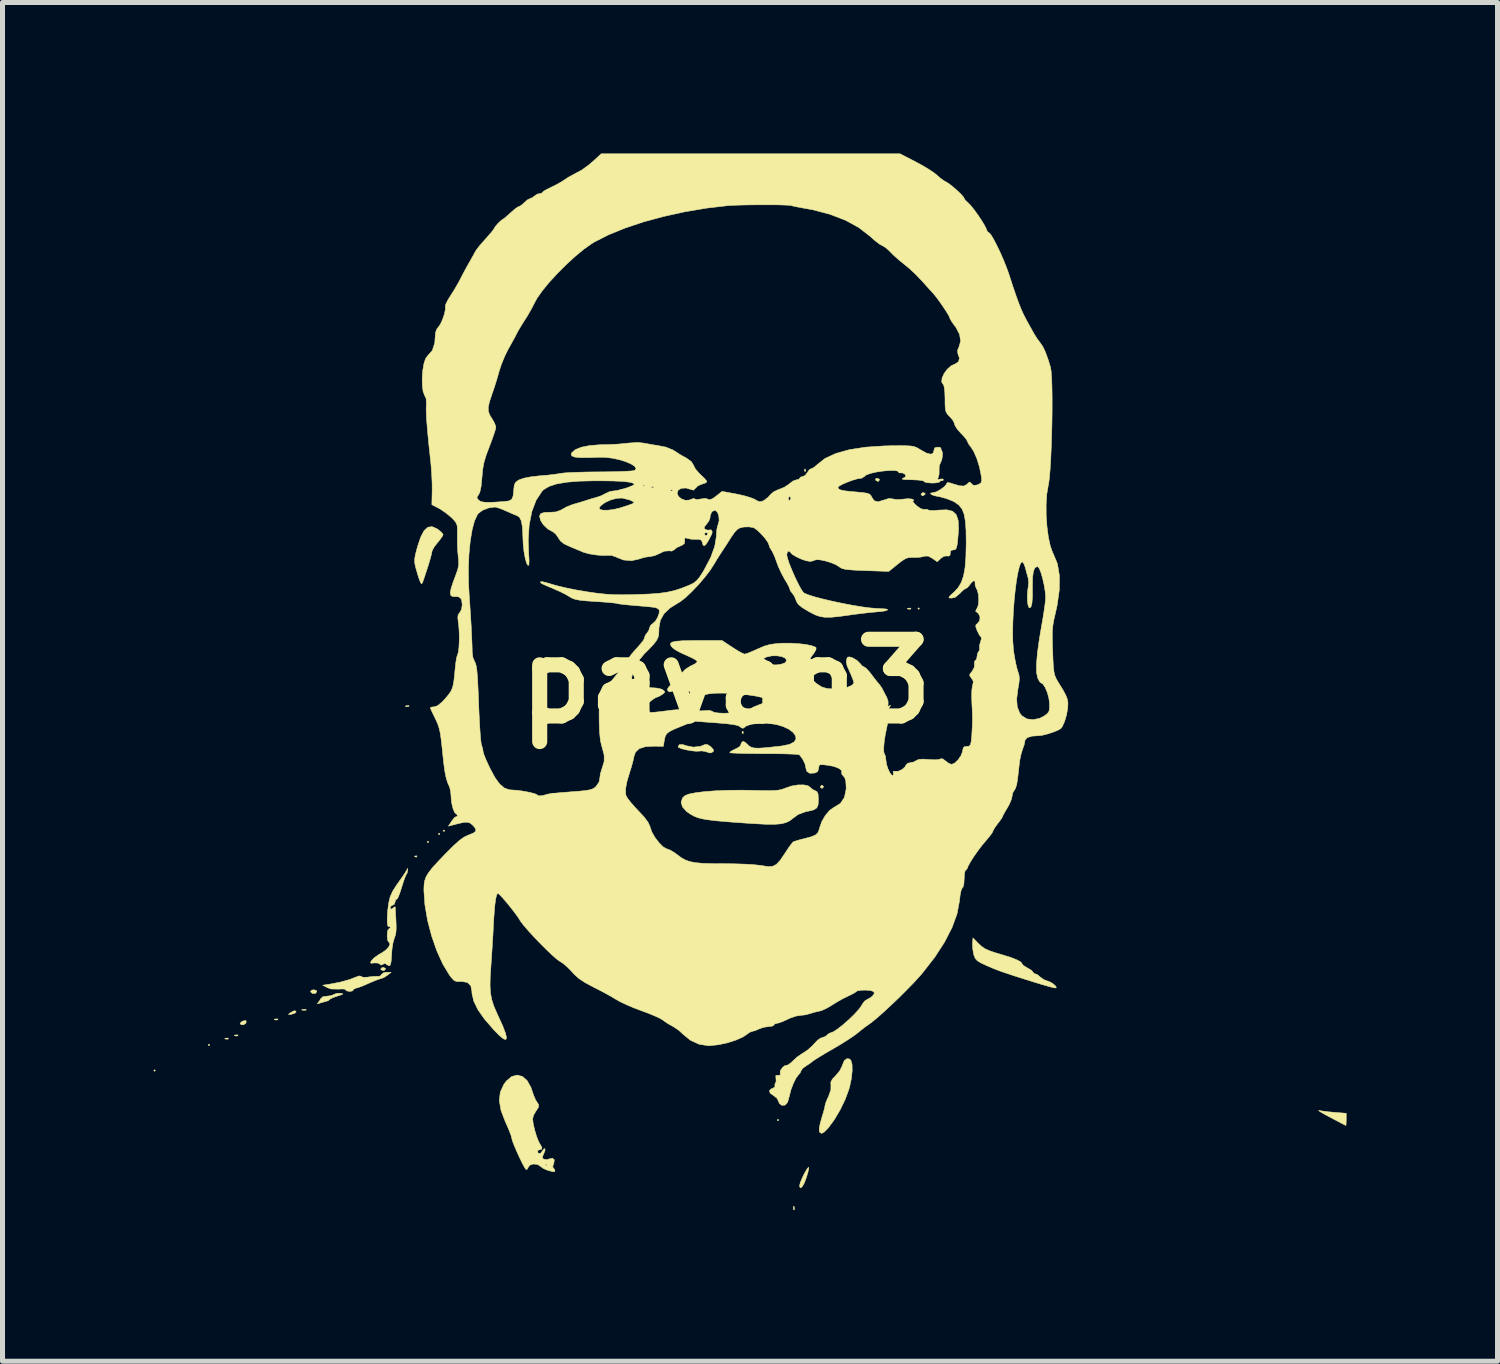
<source format=kicad_pcb>
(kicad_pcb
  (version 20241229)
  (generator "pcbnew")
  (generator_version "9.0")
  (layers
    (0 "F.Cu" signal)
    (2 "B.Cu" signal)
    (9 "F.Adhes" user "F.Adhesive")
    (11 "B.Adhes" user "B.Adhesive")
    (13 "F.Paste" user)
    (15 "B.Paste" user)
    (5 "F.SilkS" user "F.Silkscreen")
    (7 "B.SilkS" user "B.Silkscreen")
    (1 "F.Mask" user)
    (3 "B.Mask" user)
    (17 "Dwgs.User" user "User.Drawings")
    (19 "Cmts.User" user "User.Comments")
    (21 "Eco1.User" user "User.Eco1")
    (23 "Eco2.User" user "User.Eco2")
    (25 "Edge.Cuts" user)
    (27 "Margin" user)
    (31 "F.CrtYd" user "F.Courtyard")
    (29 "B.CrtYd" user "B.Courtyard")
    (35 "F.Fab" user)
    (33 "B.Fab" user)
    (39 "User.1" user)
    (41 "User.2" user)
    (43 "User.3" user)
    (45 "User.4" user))
  (footprint "pavan3"
    (layer "F.Cu")
    (at 11.371 10.482)
    (property "Reference" "pavan3" (at 0 0 0) (layer "F.SilkS") (effects (font (size 1.524 1.524) (thickness 0.3))))
    (attr through_hole)
    (fp_poly (pts (xy -11.335 7.731) (xy -11.351 7.747) (xy -11.367 7.731) (xy -11.351 7.715) (xy -11.335 7.731)) (stroke (width 0.01) (type solid)) (fill yes) (layer "F.SilkS"))
    (fp_poly (pts (xy -10.255 7.223) (xy -10.271 7.239) (xy -10.287 7.223) (xy -10.271 7.207) (xy -10.255 7.223)) (stroke (width 0.01) (type solid)) (fill yes) (layer "F.SilkS"))
    (fp_poly (pts (xy -5.905 3.191) (xy -5.921 3.207) (xy -5.937 3.191) (xy -5.921 3.175) (xy -5.905 3.191)) (stroke (width 0.01) (type solid)) (fill yes) (layer "F.SilkS"))
    (fp_poly (pts (xy -5.683 3.032) (xy -5.699 3.048) (xy -5.715 3.032) (xy -5.699 3.016) (xy -5.683 3.032)) (stroke (width 0.01) (type solid)) (fill yes) (layer "F.SilkS"))
    (fp_poly (pts (xy -5.588 2.969) (xy -5.604 2.985) (xy -5.62 2.969) (xy -5.604 2.953) (xy -5.588 2.969)) (stroke (width 0.01) (type solid)) (fill yes) (layer "F.SilkS"))
    (fp_poly (pts (xy 1.048 8.715) (xy 1.032 8.731) (xy 1.016 8.715) (xy 1.032 8.7) (xy 1.048 8.715)) (stroke (width 0.01) (type solid)) (fill yes) (layer "F.SilkS"))
    (fp_poly (pts (xy 3.842 -1.445) (xy 3.826 -1.429) (xy 3.81 -1.445) (xy 3.826 -1.46) (xy 3.842 -1.445)) (stroke (width 0.01) (type solid)) (fill yes) (layer "F.SilkS"))
    (fp_poly (pts (xy -9.883 7.093) (xy -9.892 7.107) (xy -9.925 7.109) (xy -9.958 7.102) (xy -9.944 7.09) (xy -9.894 7.087) (xy -9.883 7.093)) (stroke (width 0.01) (type solid)) (fill yes) (layer "F.SilkS"))
    (fp_poly (pts (xy -9.692 7.029) (xy -9.702 7.044) (xy -9.734 7.046) (xy -9.768 7.038) (xy -9.753 7.027) (xy -9.704 7.023) (xy -9.692 7.029)) (stroke (width 0.01) (type solid)) (fill yes) (layer "F.SilkS"))
    (fp_poly (pts (xy -8.899 6.712) (xy -8.908 6.726) (xy -8.94 6.728) (xy -8.974 6.721) (xy -8.959 6.709) (xy -8.91 6.706) (xy -8.899 6.712)) (stroke (width 0.01) (type solid)) (fill yes) (layer "F.SilkS"))
    (fp_poly (pts (xy -8.342 6.519) (xy -8.338 6.531) (xy -8.382 6.535) (xy -8.427 6.53) (xy -8.422 6.519) (xy -8.357 6.515) (xy -8.342 6.519)) (stroke (width 0.01) (type solid)) (fill yes) (layer "F.SilkS"))
    (fp_poly (pts (xy -6.295 0.489) (xy -6.305 0.503) (xy -6.337 0.505) (xy -6.371 0.498) (xy -6.356 0.486) (xy -6.306 0.483) (xy -6.295 0.489)) (stroke (width 0.01) (type solid)) (fill yes) (layer "F.SilkS"))
    (fp_poly (pts (xy -6.138 3.471) (xy -6.143 3.49) (xy -6.16 3.493) (xy -6.186 3.481) (xy -6.181 3.471) (xy -6.143 3.468) (xy -6.138 3.471)) (stroke (width 0.01) (type solid)) (fill yes) (layer "F.SilkS"))
    (fp_poly (pts (xy 0.339 0.995) (xy 0.342 1.033) (xy 0.339 1.037) (xy 0.32 1.033) (xy 0.318 1.016) (xy 0.329 0.99) (xy 0.339 0.995)) (stroke (width 0.01) (type solid)) (fill yes) (layer "F.SilkS"))
    (fp_poly (pts (xy 1.355 10.44) (xy 1.359 10.489) (xy 1.353 10.501) (xy 1.338 10.491) (xy 1.336 10.459) (xy 1.344 10.425) (xy 1.355 10.44)) (stroke (width 0.01) (type solid)) (fill yes) (layer "F.SilkS"))
    (fp_poly (pts (xy 1.577 -4.212) (xy 1.581 -4.174) (xy 1.577 -4.17) (xy 1.558 -4.174) (xy 1.556 -4.191) (xy 1.567 -4.217) (xy 1.577 -4.212)) (stroke (width 0.01) (type solid)) (fill yes) (layer "F.SilkS"))
    (fp_poly (pts (xy 3.674 -1.448) (xy 3.665 -1.434) (xy 3.633 -1.431) (xy 3.599 -1.439) (xy 3.614 -1.45) (xy 3.663 -1.454) (xy 3.674 -1.448)) (stroke (width 0.01) (type solid)) (fill yes) (layer "F.SilkS"))
    (fp_poly (pts (xy -8.545 6.551) (xy -8.541 6.569) (xy -8.568 6.594) (xy -8.627 6.613) (xy -8.685 6.622) (xy -8.687 6.611) (xy -8.653 6.585) (xy -8.582 6.545) (xy -8.545 6.551)) (stroke (width 0.01) (type solid)) (fill yes) (layer "F.SilkS"))
    (fp_poly (pts (xy -8.14 6.14) (xy -8.128 6.158) (xy -8.152 6.2) (xy -8.211 6.202) (xy -8.215 6.2) (xy -8.253 6.169) (xy -8.238 6.138) (xy -8.191 6.128) (xy -8.14 6.14)) (stroke (width 0.01) (type solid)) (fill yes) (layer "F.SilkS"))
    (fp_poly (pts (xy -6.768 5.7) (xy -6.763 5.715) (xy -6.788 5.743) (xy -6.81 5.747) (xy -6.853 5.73) (xy -6.858 5.715) (xy -6.832 5.687) (xy -6.81 5.683) (xy -6.768 5.7)) (stroke (width 0.01) (type solid)) (fill yes) (layer "F.SilkS"))
    (fp_poly (pts (xy 1.936 2.088) (xy 1.937 2.095) (xy 1.913 2.126) (xy 1.905 2.127) (xy 1.874 2.103) (xy 1.873 2.095) (xy 1.897 2.065) (xy 1.905 2.064) (xy 1.936 2.088)) (stroke (width 0.01) (type solid)) (fill yes) (layer "F.SilkS"))
    (fp_poly (pts (xy 3.042 -4.016) (xy 3.048 -4) (xy 3.025 -3.97) (xy 3.018 -3.969) (xy 2.975 -3.992) (xy 2.969 -4) (xy 2.976 -4.028) (xy 2.999 -4.032) (xy 3.042 -4.016)) (stroke (width 0.01) (type solid)) (fill yes) (layer "F.SilkS"))
    (fp_poly (pts (xy 3.956 -3.731) (xy 3.953 -3.715) (xy 3.912 -3.684) (xy 3.903 -3.683) (xy 3.874 -3.707) (xy 3.873 -3.715) (xy 3.899 -3.743) (xy 3.923 -3.747) (xy 3.956 -3.731)) (stroke (width 0.01) (type solid)) (fill yes) (layer "F.SilkS"))
    (fp_poly (pts (xy -9.535 6.743) (xy -9.533 6.744) (xy -9.533 6.78) (xy -9.54 6.792) (xy -9.579 6.821) (xy -9.627 6.824) (xy -9.652 6.799) (xy -9.652 6.798) (xy -9.627 6.765) (xy -9.576 6.742) (xy -9.535 6.743)) (stroke (width 0.01) (type solid)) (fill yes) (layer "F.SilkS"))
    (fp_poly (pts (xy 1.644 9.676) (xy 1.626 9.757) (xy 1.59 9.873) (xy 1.551 9.973) (xy 1.512 10.039) (xy 1.481 10.064) (xy 1.463 10.041) (xy 1.462 10.012) (xy 1.477 9.954) (xy 1.515 9.862) (xy 1.556 9.779) (xy 1.609 9.687) (xy 1.638 9.653) (xy 1.644 9.676)) (stroke (width 0.01) (type solid)) (fill yes) (layer "F.SilkS"))
    (fp_poly (pts (xy 11.85 8.537) (xy 11.961 8.551) (xy 12.088 8.563) (xy 12.089 8.563) (xy 12.319 8.581) (xy 12.319 8.704) (xy 12.317 8.781) (xy 12.313 8.821) (xy 12.311 8.823) (xy 12.281 8.808) (xy 12.208 8.77) (xy 12.101 8.714) (xy 12.002 8.662) (xy 11.888 8.601) (xy 11.809 8.554) (xy 11.771 8.528) (xy 11.779 8.524) (xy 11.85 8.537)) (stroke (width 0.01) (type solid)) (fill yes) (layer "F.SilkS"))
    (fp_poly (pts (xy -7.616 6.205) (xy -7.615 6.216) (xy -7.666 6.236) (xy -7.723 6.254) (xy -7.81 6.284) (xy -7.864 6.311) (xy -7.874 6.321) (xy -7.901 6.344) (xy -7.945 6.358) (xy -8.034 6.382) (xy -8.08 6.397) (xy -8.117 6.405) (xy -8.11 6.393) (xy -8.07 6.341) (xy -8.055 6.31) (xy -8.008 6.266) (xy -7.929 6.255) (xy -7.846 6.245) (xy -7.79 6.222) (xy -7.789 6.221) (xy -7.735 6.199) (xy -7.664 6.197) (xy -7.616 6.205)) (stroke (width 0.01) (type solid)) (fill yes) (layer "F.SilkS"))
    (fp_poly (pts (xy -0.366 1.258) (xy -0.302 1.301) (xy -0.299 1.304) (xy -0.25 1.36) (xy -0.252 1.394) (xy -0.262 1.402) (xy -0.301 1.423) (xy -0.341 1.419) (xy -0.397 1.398) (xy -0.481 1.383) (xy -0.529 1.387) (xy -0.595 1.39) (xy -0.689 1.38) (xy -0.791 1.362) (xy -0.881 1.339) (xy -0.94 1.315) (xy -0.953 1.301) (xy -0.928 1.259) (xy -0.86 1.257) (xy -0.782 1.282) (xy -0.652 1.308) (xy -0.512 1.294) (xy -0.414 1.255) (xy -0.366 1.258)) (stroke (width 0.01) (type solid)) (fill yes) (layer "F.SilkS"))
    (fp_poly (pts (xy -5.742 -3.03) (xy -5.718 -3.013) (xy -5.654 -2.96) (xy -5.621 -2.918) (xy -5.62 -2.912) (xy -5.639 -2.874) (xy -5.688 -2.806) (xy -5.731 -2.754) (xy -5.794 -2.672) (xy -5.834 -2.602) (xy -5.842 -2.574) (xy -5.851 -2.524) (xy -5.877 -2.43) (xy -5.913 -2.307) (xy -5.957 -2.171) (xy -6.002 -2.036) (xy -6.031 -1.954) (xy -6.047 -1.935) (xy -6.069 -1.962) (xy -6.099 -2.042) (xy -6.123 -2.117) (xy -6.161 -2.248) (xy -6.182 -2.342) (xy -6.185 -2.422) (xy -6.171 -2.512) (xy -6.139 -2.633) (xy -6.129 -2.672) (xy -6.066 -2.861) (xy -5.999 -2.99) (xy -5.924 -3.059) (xy -5.839 -3.072) (xy -5.742 -3.03)) (stroke (width 0.01) (type solid)) (fill yes) (layer "F.SilkS"))
    (fp_poly (pts (xy 2.454 7.502) (xy 2.48 7.53) (xy 2.503 7.609) (xy 2.506 7.732) (xy 2.491 7.883) (xy 2.457 8.045) (xy 2.44 8.107) (xy 2.368 8.302) (xy 2.268 8.51) (xy 2.153 8.705) (xy 2.036 8.864) (xy 2.026 8.876) (xy 1.95 8.954) (xy 1.898 8.981) (xy 1.864 8.961) (xy 1.852 8.936) (xy 1.852 8.883) (xy 1.869 8.789) (xy 1.9 8.676) (xy 1.901 8.673) (xy 1.935 8.561) (xy 1.959 8.47) (xy 1.968 8.42) (xy 1.968 8.42) (xy 1.982 8.369) (xy 2.016 8.287) (xy 2.035 8.249) (xy 2.082 8.118) (xy 2.084 8.029) (xy 2.081 7.964) (xy 2.111 7.904) (xy 2.179 7.833) (xy 2.26 7.735) (xy 2.31 7.634) (xy 2.314 7.618) (xy 2.348 7.537) (xy 2.4 7.496) (xy 2.454 7.502)) (stroke (width 0.01) (type solid)) (fill yes) (layer "F.SilkS"))
    (fp_poly (pts (xy -6.652 5.78) (xy -6.731 5.842) (xy -6.799 5.886) (xy -6.851 5.905) (xy -6.898 5.918) (xy -6.985 5.951) (xy -7.093 5.997) (xy -7.101 6.001) (xy -7.21 6.048) (xy -7.3 6.082) (xy -7.353 6.096) (xy -7.355 6.096) (xy -7.394 6.115) (xy -7.398 6.128) (xy -7.425 6.152) (xy -7.477 6.16) (xy -7.537 6.149) (xy -7.556 6.128) (xy -7.585 6.112) (xy -7.66 6.112) (xy -7.691 6.115) (xy -7.845 6.112) (xy -7.918 6.085) (xy -8.01 6.037) (xy -7.886 6.019) (xy -7.663 5.976) (xy -7.472 5.923) (xy -7.369 5.882) (xy -7.289 5.853) (xy -7.25 5.859) (xy -7.248 5.862) (xy -7.21 5.88) (xy -7.12 5.877) (xy -7.088 5.872) (xy -6.992 5.862) (xy -6.92 5.86) (xy -6.902 5.864) (xy -6.862 5.851) (xy -6.847 5.828) (xy -6.803 5.79) (xy -6.74 5.779) (xy -6.652 5.78)) (stroke (width 0.01) (type solid)) (fill yes) (layer "F.SilkS"))
    (fp_poly (pts (xy 5.016 5.212) (xy 5.078 5.268) (xy 5.144 5.313) (xy 5.231 5.352) (xy 5.352 5.393) (xy 5.493 5.435) (xy 5.658 5.486) (xy 5.781 5.535) (xy 5.855 5.576) (xy 5.874 5.602) (xy 5.9 5.639) (xy 5.965 5.682) (xy 5.985 5.693) (xy 6.056 5.734) (xy 6.094 5.771) (xy 6.096 5.778) (xy 6.121 5.807) (xy 6.139 5.81) (xy 6.191 5.832) (xy 6.237 5.872) (xy 6.311 5.926) (xy 6.382 5.953) (xy 6.445 5.977) (xy 6.504 6.015) (xy 6.547 6.055) (xy 6.561 6.085) (xy 6.537 6.093) (xy 6.491 6.083) (xy 6.397 6.058) (xy 6.272 6.022) (xy 6.144 5.983) (xy 5.901 5.907) (xy 5.709 5.846) (xy 5.556 5.795) (xy 5.432 5.752) (xy 5.326 5.711) (xy 5.228 5.67) (xy 5.17 5.645) (xy 5.056 5.591) (xy 4.988 5.548) (xy 4.949 5.502) (xy 4.924 5.44) (xy 4.919 5.423) (xy 4.9 5.314) (xy 4.895 5.21) (xy 4.896 5.198) (xy 4.905 5.098) (xy 5.016 5.212)) (stroke (width 0.01) (type solid)) (fill yes) (layer "F.SilkS"))
    (fp_poly (pts (xy 1.631 2.077) (xy 1.662 2.1) (xy 1.722 2.151) (xy 1.767 2.171) (xy 1.808 2.194) (xy 1.828 2.241) (xy 1.834 2.33) (xy 1.834 2.351) (xy 1.829 2.452) (xy 1.803 2.514) (xy 1.745 2.553) (xy 1.642 2.579) (xy 1.592 2.587) (xy 1.433 2.645) (xy 1.335 2.717) (xy 1.267 2.77) (xy 1.19 2.807) (xy 1.095 2.831) (xy 0.97 2.841) (xy 0.806 2.841) (xy 0.593 2.83) (xy 0.508 2.825) (xy 0.217 2.805) (xy -0.019 2.787) (xy -0.206 2.77) (xy -0.353 2.752) (xy -0.468 2.733) (xy -0.558 2.71) (xy -0.63 2.682) (xy -0.693 2.648) (xy -0.755 2.607) (xy -0.786 2.583) (xy -0.865 2.496) (xy -0.892 2.403) (xy -0.864 2.317) (xy -0.815 2.271) (xy -0.735 2.24) (xy -0.599 2.213) (xy -0.419 2.191) (xy -0.202 2.175) (xy 0.042 2.166) (xy 0.305 2.163) (xy 0.5 2.166) (xy 0.704 2.171) (xy 0.857 2.172) (xy 0.968 2.169) (xy 1.049 2.161) (xy 1.112 2.147) (xy 1.168 2.127) (xy 1.178 2.122) (xy 1.3 2.081) (xy 1.428 2.059) (xy 1.545 2.058) (xy 1.631 2.077)) (stroke (width 0.01) (type solid)) (fill yes) (layer "F.SilkS"))
    (fp_poly (pts (xy -6.321 3.747) (xy -6.321 3.748) (xy -6.335 3.811) (xy -6.346 3.827) (xy -6.368 3.871) (xy -6.4 3.958) (xy -6.437 4.073) (xy -6.446 4.103) (xy -6.482 4.214) (xy -6.515 4.295) (xy -6.54 4.331) (xy -6.545 4.331) (xy -6.566 4.343) (xy -6.572 4.38) (xy -6.592 4.433) (xy -6.62 4.445) (xy -6.661 4.471) (xy -6.668 4.497) (xy -6.659 4.53) (xy -6.624 4.512) (xy -6.62 4.508) (xy -6.581 4.481) (xy -6.571 4.481) (xy -6.56 4.674) (xy -6.553 4.815) (xy -6.552 4.917) (xy -6.557 4.99) (xy -6.568 5.045) (xy -6.586 5.096) (xy -6.588 5.101) (xy -6.615 5.195) (xy -6.635 5.322) (xy -6.643 5.434) (xy -6.652 5.566) (xy -6.671 5.638) (xy -6.688 5.652) (xy -6.74 5.628) (xy -6.748 5.618) (xy -6.783 5.603) (xy -6.81 5.62) (xy -6.854 5.637) (xy -6.875 5.618) (xy -6.919 5.596) (xy -6.989 5.595) (xy -7.051 5.601) (xy -7.061 5.583) (xy -7.038 5.543) (xy -6.985 5.49) (xy -6.899 5.429) (xy -6.85 5.402) (xy -6.763 5.344) (xy -6.702 5.28) (xy -6.675 5.223) (xy -6.691 5.185) (xy -6.7 5.181) (xy -6.72 5.147) (xy -6.73 5.079) (xy -6.728 5.002) (xy -6.717 4.941) (xy -6.699 4.921) (xy -6.669 4.897) (xy -6.668 4.888) (xy -6.687 4.869) (xy -6.699 4.874) (xy -6.718 4.859) (xy -6.729 4.794) (xy -6.729 4.691) (xy -6.721 4.563) (xy -6.703 4.421) (xy -6.7 4.403) (xy -6.672 4.283) (xy -6.623 4.172) (xy -6.543 4.046) (xy -6.514 4.006) (xy -6.44 3.902) (xy -6.38 3.813) (xy -6.345 3.755) (xy -6.341 3.747) (xy -6.326 3.716) (xy -6.321 3.747)) (stroke (width 0.01) (type solid)) (fill yes) (layer "F.SilkS"))
    (fp_poly (pts (xy -4.045 7.849) (xy -3.951 7.931) (xy -3.876 8.065) (xy -3.855 8.128) (xy -3.818 8.234) (xy -3.78 8.319) (xy -3.759 8.353) (xy -3.722 8.409) (xy -3.726 8.462) (xy -3.774 8.536) (xy -3.778 8.541) (xy -3.823 8.62) (xy -3.841 8.69) (xy -3.831 8.783) (xy -3.803 8.906) (xy -3.766 9.032) (xy -3.725 9.137) (xy -3.701 9.183) (xy -3.658 9.257) (xy -3.662 9.294) (xy -3.699 9.303) (xy -3.742 9.322) (xy -3.737 9.363) (xy -3.716 9.381) (xy -3.681 9.372) (xy -3.65 9.333) (xy -3.617 9.288) (xy -3.596 9.284) (xy -3.596 9.322) (xy -3.621 9.384) (xy -3.647 9.446) (xy -3.637 9.48) (xy -3.62 9.493) (xy -3.554 9.502) (xy -3.515 9.488) (xy -3.447 9.473) (xy -3.411 9.505) (xy -3.42 9.571) (xy -3.426 9.583) (xy -3.443 9.647) (xy -3.429 9.668) (xy -3.401 9.703) (xy -3.402 9.738) (xy -3.421 9.744) (xy -3.466 9.734) (xy -3.541 9.714) (xy -3.544 9.713) (xy -3.627 9.678) (xy -3.683 9.636) (xy -3.733 9.604) (xy -3.588 9.604) (xy -3.572 9.62) (xy -3.556 9.604) (xy -3.572 9.588) (xy -3.588 9.604) (xy -3.733 9.604) (xy -3.746 9.597) (xy -3.825 9.588) (xy -3.895 9.61) (xy -3.928 9.652) (xy -3.952 9.695) (xy -3.971 9.698) (xy -3.999 9.661) (xy -4.043 9.58) (xy -4.096 9.472) (xy -4.151 9.353) (xy -4.2 9.239) (xy -4.237 9.144) (xy -4.254 9.086) (xy -4.255 9.081) (xy -4.267 9.029) (xy -4.302 8.936) (xy -4.352 8.818) (xy -4.381 8.755) (xy -4.468 8.529) (xy -4.503 8.334) (xy -4.484 8.161) (xy -4.412 8.005) (xy -4.364 7.941) (xy -4.258 7.851) (xy -4.149 7.822) (xy -4.045 7.849)) (stroke (width 0.01) (type solid)) (fill yes) (layer "F.SilkS"))
    (fp_poly (pts (xy 3.768 -10.317) (xy 3.908 -10.241) (xy 4.037 -10.163) (xy 4.139 -10.094) (xy 4.183 -10.057) (xy 4.265 -9.987) (xy 4.343 -9.933) (xy 4.363 -9.923) (xy 4.424 -9.886) (xy 4.505 -9.823) (xy 4.591 -9.748) (xy 4.667 -9.675) (xy 4.718 -9.616) (xy 4.731 -9.59) (xy 4.754 -9.553) (xy 4.808 -9.504) (xy 4.858 -9.453) (xy 4.926 -9.368) (xy 5.002 -9.264) (xy 5.074 -9.156) (xy 5.133 -9.059) (xy 5.169 -8.988) (xy 5.175 -8.965) (xy 5.201 -8.923) (xy 5.223 -8.91) (xy 5.258 -8.873) (xy 5.31 -8.789) (xy 5.373 -8.669) (xy 5.442 -8.526) (xy 5.51 -8.372) (xy 5.571 -8.219) (xy 5.621 -8.08) (xy 5.699 -7.839) (xy 5.764 -7.649) (xy 5.819 -7.498) (xy 5.867 -7.378) (xy 5.914 -7.277) (xy 5.958 -7.191) (xy 6.021 -7.077) (xy 6.08 -6.971) (xy 6.116 -6.906) (xy 6.176 -6.81) (xy 6.24 -6.724) (xy 6.293 -6.647) (xy 6.344 -6.538) (xy 6.399 -6.387) (xy 6.445 -6.236) (xy 6.458 -6.155) (xy 6.468 -6.021) (xy 6.474 -5.844) (xy 6.477 -5.633) (xy 6.477 -5.398) (xy 6.474 -5.149) (xy 6.468 -4.897) (xy 6.46 -4.651) (xy 6.45 -4.421) (xy 6.438 -4.217) (xy 6.424 -4.049) (xy 6.408 -3.927) (xy 6.4 -3.889) (xy 6.371 -3.718) (xy 6.358 -3.515) (xy 6.359 -3.295) (xy 6.375 -3.073) (xy 6.402 -2.865) (xy 6.441 -2.686) (xy 6.489 -2.552) (xy 6.502 -2.529) (xy 6.582 -2.334) (xy 6.622 -2.096) (xy 6.62 -1.818) (xy 6.576 -1.505) (xy 6.534 -1.318) (xy 6.508 -1.205) (xy 6.491 -1.102) (xy 6.482 -0.992) (xy 6.481 -0.857) (xy 6.485 -0.682) (xy 6.488 -0.596) (xy 6.495 -0.414) (xy 6.503 -0.282) (xy 6.514 -0.188) (xy 6.53 -0.117) (xy 6.554 -0.059) (xy 6.588 0.002) (xy 6.611 0.039) (xy 6.696 0.178) (xy 6.75 0.279) (xy 6.78 0.358) (xy 6.791 0.431) (xy 6.788 0.513) (xy 6.787 0.528) (xy 6.764 0.665) (xy 6.726 0.795) (xy 6.68 0.898) (xy 6.652 0.937) (xy 6.595 0.971) (xy 6.499 1.01) (xy 6.388 1.046) (xy 6.284 1.072) (xy 6.219 1.08) (xy 6.075 1.09) (xy 5.979 1.121) (xy 5.938 1.171) (xy 5.937 1.182) (xy 5.924 1.254) (xy 5.893 1.342) (xy 5.892 1.345) (xy 5.863 1.435) (xy 5.837 1.554) (xy 5.828 1.619) (xy 5.812 1.759) (xy 5.795 1.907) (xy 5.789 1.96) (xy 5.771 2.061) (xy 5.744 2.138) (xy 5.727 2.162) (xy 5.693 2.22) (xy 5.683 2.278) (xy 5.667 2.35) (xy 5.625 2.447) (xy 5.588 2.513) (xy 5.536 2.6) (xy 5.502 2.664) (xy 5.493 2.687) (xy 5.475 2.721) (xy 5.429 2.785) (xy 5.397 2.826) (xy 5.341 2.903) (xy 5.307 2.961) (xy 5.302 2.978) (xy 5.282 3.016) (xy 5.231 3.085) (xy 5.164 3.164) (xy 5.082 3.262) (xy 4.996 3.376) (xy 4.915 3.492) (xy 4.849 3.597) (xy 4.806 3.677) (xy 4.794 3.713) (xy 4.771 3.745) (xy 4.763 3.747) (xy 4.745 3.775) (xy 4.733 3.849) (xy 4.731 3.918) (xy 4.724 4.025) (xy 4.707 4.09) (xy 4.694 4.103) (xy 4.673 4.139) (xy 4.653 4.226) (xy 4.638 4.349) (xy 4.636 4.367) (xy 4.589 4.618) (xy 4.489 4.892) (xy 4.34 5.182) (xy 4.146 5.481) (xy 3.91 5.784) (xy 3.862 5.841) (xy 3.742 5.973) (xy 3.598 6.121) (xy 3.442 6.277) (xy 3.282 6.43) (xy 3.129 6.572) (xy 2.993 6.692) (xy 2.883 6.781) (xy 2.828 6.82) (xy 2.756 6.871) (xy 2.664 6.944) (xy 2.615 6.984) (xy 2.536 7.044) (xy 2.417 7.123) (xy 2.274 7.213) (xy 2.124 7.301) (xy 2.123 7.302) (xy 1.984 7.382) (xy 1.864 7.454) (xy 1.773 7.511) (xy 1.724 7.544) (xy 1.721 7.547) (xy 1.666 7.59) (xy 1.589 7.64) (xy 1.586 7.642) (xy 1.523 7.689) (xy 1.493 7.731) (xy 1.492 7.734) (xy 1.47 7.783) (xy 1.444 7.811) (xy 1.392 7.878) (xy 1.338 7.986) (xy 1.289 8.114) (xy 1.257 8.24) (xy 1.255 8.249) (xy 1.223 8.362) (xy 1.174 8.418) (xy 1.105 8.422) (xy 1.058 8.384) (xy 1.042 8.341) (xy 1.008 8.278) (xy 0.945 8.23) (xy 0.876 8.18) (xy 0.862 8.131) (xy 0.903 8.093) (xy 0.924 8.086) (xy 0.969 8.061) (xy 0.971 8.037) (xy 0.971 7.996) (xy 0.979 7.988) (xy 0.995 7.947) (xy 0.992 7.89) (xy 0.988 7.834) (xy 1.014 7.825) (xy 1.028 7.829) (xy 1.072 7.824) (xy 1.081 7.784) (xy 1.074 7.771) (xy 1.08 7.732) (xy 1.116 7.68) (xy 1.161 7.639) (xy 1.189 7.631) (xy 1.234 7.619) (xy 1.298 7.571) (xy 1.322 7.546) (xy 1.413 7.463) (xy 1.519 7.39) (xy 1.535 7.382) (xy 1.633 7.315) (xy 1.729 7.226) (xy 1.752 7.199) (xy 1.819 7.129) (xy 1.882 7.086) (xy 1.904 7.08) (xy 1.971 7.057) (xy 2 7.033) (xy 2.049 6.993) (xy 2.072 6.985) (xy 2.131 6.963) (xy 2.219 6.905) (xy 2.326 6.821) (xy 2.438 6.722) (xy 2.544 6.62) (xy 2.632 6.524) (xy 2.69 6.446) (xy 2.701 6.423) (xy 2.752 6.353) (xy 2.803 6.321) (xy 2.88 6.277) (xy 2.92 6.24) (xy 2.948 6.194) (xy 2.928 6.164) (xy 2.919 6.158) (xy 2.861 6.141) (xy 2.774 6.134) (xy 2.682 6.137) (xy 2.61 6.149) (xy 2.585 6.164) (xy 2.549 6.191) (xy 2.474 6.23) (xy 2.422 6.255) (xy 2.31 6.31) (xy 2.182 6.383) (xy 2.107 6.431) (xy 2.004 6.492) (xy 1.907 6.537) (xy 1.851 6.553) (xy 1.752 6.575) (xy 1.673 6.6) (xy 1.573 6.626) (xy 1.48 6.636) (xy 1.391 6.65) (xy 1.28 6.688) (xy 1.22 6.715) (xy 1.122 6.76) (xy 1.041 6.788) (xy 1.008 6.794) (xy 0.961 6.809) (xy 0.953 6.826) (xy 0.925 6.848) (xy 0.857 6.858) (xy 0.849 6.858) (xy 0.743 6.874) (xy 0.655 6.906) (xy 0.579 6.939) (xy 0.523 6.953) (xy 0.523 6.953) (xy 0.466 6.974) (xy 0.439 6.995) (xy 0.34 7.063) (xy 0.197 7.127) (xy 0.026 7.182) (xy -0.153 7.22) (xy -0.323 7.238) (xy -0.356 7.238) (xy -0.535 7.209) (xy -0.707 7.131) (xy -0.847 7.016) (xy -0.936 6.935) (xy -1.043 6.862) (xy -1.064 6.851) (xy -1.158 6.798) (xy -1.238 6.743) (xy -1.254 6.73) (xy -1.309 6.696) (xy -1.409 6.65) (xy -1.54 6.596) (xy -1.672 6.547) (xy -1.831 6.487) (xy -1.983 6.422) (xy -2.111 6.361) (xy -2.18 6.322) (xy -2.278 6.263) (xy -2.411 6.189) (xy -2.557 6.113) (xy -2.627 6.078) (xy -2.794 5.989) (xy -2.918 5.908) (xy -3.016 5.82) (xy -3.056 5.775) (xy -3.144 5.683) (xy -3.235 5.605) (xy -3.294 5.567) (xy -3.355 5.525) (xy -3.447 5.445) (xy -3.56 5.338) (xy -3.684 5.214) (xy -3.808 5.085) (xy -3.922 4.961) (xy -4.016 4.852) (xy -4.08 4.769) (xy -4.096 4.743) (xy -4.135 4.681) (xy -4.2 4.592) (xy -4.279 4.491) (xy -4.362 4.389) (xy -4.439 4.3) (xy -4.498 4.237) (xy -4.529 4.213) (xy -4.554 4.237) (xy -4.576 4.324) (xy -4.595 4.473) (xy -4.611 4.685) (xy -4.619 4.826) (xy -4.629 5.025) (xy -4.643 5.255) (xy -4.658 5.486) (xy -4.669 5.649) (xy -4.684 5.873) (xy -4.687 6.05) (xy -4.678 6.196) (xy -4.653 6.325) (xy -4.611 6.455) (xy -4.548 6.6) (xy -4.523 6.655) (xy -4.434 6.85) (xy -4.38 6.992) (xy -4.36 7.081) (xy -4.374 7.117) (xy -4.423 7.101) (xy -4.507 7.032) (xy -4.615 6.921) (xy -4.798 6.709) (xy -4.929 6.522) (xy -5.01 6.355) (xy -5.046 6.203) (xy -5.048 6.157) (xy -5.07 6.047) (xy -5.137 5.982) (xy -5.247 5.963) (xy -5.265 5.964) (xy -5.345 5.965) (xy -5.4 5.945) (xy -5.452 5.891) (xy -5.491 5.84) (xy -5.624 5.62) (xy -5.745 5.354) (xy -5.848 5.057) (xy -5.929 4.748) (xy -5.981 4.442) (xy -6.001 4.156) (xy -6.001 4.144) (xy -5.998 4.047) (xy -5.986 3.964) (xy -5.959 3.887) (xy -5.911 3.805) (xy -5.836 3.709) (xy -5.728 3.589) (xy -5.582 3.436) (xy -5.557 3.411) (xy -5.413 3.267) (xy -5.3 3.165) (xy -5.208 3.098) (xy -5.129 3.06) (xy -5.123 3.057) (xy -5.018 3.015) (xy -4.97 2.975) (xy -4.975 2.928) (xy -5.019 2.871) (xy -5.072 2.823) (xy -5.126 2.8) (xy -5.2 2.801) (xy -5.311 2.825) (xy -5.353 2.836) (xy -5.514 2.877) (xy -5.448 2.776) (xy -5.4 2.714) (xy -5.363 2.688) (xy -5.358 2.689) (xy -5.335 2.679) (xy -5.334 2.669) (xy -5.353 2.636) (xy -5.359 2.635) (xy -5.39 2.607) (xy -5.421 2.534) (xy -5.446 2.434) (xy -5.46 2.328) (xy -5.461 2.29) (xy -5.47 2.187) (xy -5.491 2.101) (xy -5.498 2.086) (xy -5.532 2.009) (xy -5.561 1.912) (xy -5.586 1.784) (xy -5.609 1.616) (xy -5.632 1.395) (xy -5.635 1.365) (xy -5.655 1.18) (xy -5.674 1.042) (xy -5.697 0.936) (xy -5.727 0.845) (xy -5.768 0.755) (xy -5.775 0.74) (xy -5.824 0.64) (xy -5.86 0.563) (xy -5.874 0.526) (xy -5.874 0.526) (xy -5.847 0.512) (xy -5.797 0.508) (xy -5.727 0.484) (xy -5.638 0.41) (xy -5.575 0.342) (xy -5.509 0.263) (xy -5.463 0.195) (xy -5.431 0.121) (xy -5.41 0.027) (xy -5.394 -0.102) (xy -5.38 -0.254) (xy -5.367 -0.373) (xy -5.351 -0.469) (xy -5.335 -0.522) (xy -5.333 -0.525) (xy -5.316 -0.577) (xy -5.305 -0.675) (xy -5.299 -0.802) (xy -5.299 -0.941) (xy -5.306 -1.074) (xy -5.316 -1.16) (xy -5.328 -1.263) (xy -5.32 -1.324) (xy -5.29 -1.362) (xy -5.254 -1.426) (xy -5.24 -1.519) (xy -5.251 -1.611) (xy -5.267 -1.646) (xy -5.318 -1.679) (xy -5.353 -1.682) (xy -5.424 -1.681) (xy -5.465 -1.703) (xy -5.478 -1.753) (xy -5.462 -1.841) (xy -5.419 -1.974) (xy -5.374 -2.092) (xy -5.33 -2.216) (xy -5.325 -2.238) (xy -5.117 -2.238) (xy -5.114 -1.938) (xy -5.1 -1.683) (xy -5.087 -1.499) (xy -5.074 -1.299) (xy -5.062 -1.099) (xy -5.053 -0.911) (xy -5.046 -0.749) (xy -5.042 -0.628) (xy -5.042 -0.575) (xy -5.028 -0.474) (xy -4.992 -0.388) (xy -4.974 -0.351) (xy -4.96 -0.294) (xy -4.948 -0.21) (xy -4.938 -0.09) (xy -4.929 0.073) (xy -4.919 0.288) (xy -4.914 0.441) (xy -4.905 0.657) (xy -4.895 0.855) (xy -4.884 1.024) (xy -4.873 1.156) (xy -4.863 1.24) (xy -4.857 1.264) (xy -4.832 1.345) (xy -4.826 1.394) (xy -4.812 1.446) (xy -4.776 1.539) (xy -4.722 1.658) (xy -4.683 1.74) (xy -4.585 1.92) (xy -4.494 2.044) (xy -4.403 2.12) (xy -4.306 2.155) (xy -4.253 2.159) (xy -4.158 2.165) (xy -4.045 2.18) (xy -3.93 2.201) (xy -3.831 2.224) (xy -3.765 2.246) (xy -3.747 2.261) (xy -3.72 2.276) (xy -3.655 2.273) (xy -3.573 2.252) (xy -3.556 2.245) (xy -3.508 2.236) (xy -3.41 2.224) (xy -3.275 2.211) (xy -3.117 2.199) (xy -3.086 2.196) (xy -2.91 2.183) (xy -2.786 2.17) (xy -2.702 2.155) (xy -2.645 2.135) (xy -2.632 2.127) (xy -1.994 2.127) (xy -1.994 2.236) (xy -1.988 2.266) (xy -1.958 2.321) (xy -1.893 2.406) (xy -1.805 2.506) (xy -1.749 2.565) (xy -1.626 2.697) (xy -1.549 2.8) (xy -1.511 2.883) (xy -1.508 2.897) (xy -1.473 2.995) (xy -1.41 3.104) (xy -1.332 3.206) (xy -1.252 3.287) (xy -1.183 3.327) (xy -1.175 3.329) (xy -1.106 3.355) (xy -1.017 3.409) (xy -0.97 3.444) (xy -0.89 3.504) (xy -0.81 3.549) (xy -0.72 3.581) (xy -0.609 3.603) (xy -0.467 3.616) (xy -0.283 3.622) (xy -0.046 3.623) (xy -0.041 3.623) (xy 0.17 3.626) (xy 0.368 3.632) (xy 0.538 3.642) (xy 0.667 3.655) (xy 0.714 3.662) (xy 0.835 3.681) (xy 0.925 3.676) (xy 1 3.638) (xy 1.073 3.56) (xy 1.159 3.434) (xy 1.173 3.413) (xy 1.239 3.312) (xy 1.296 3.234) (xy 1.332 3.192) (xy 1.335 3.19) (xy 1.383 3.172) (xy 1.472 3.146) (xy 1.564 3.123) (xy 1.695 3.088) (xy 1.778 3.053) (xy 1.826 3.006) (xy 1.852 2.939) (xy 1.859 2.911) (xy 1.902 2.787) (xy 1.973 2.665) (xy 2.058 2.564) (xy 2.142 2.505) (xy 2.143 2.505) (xy 2.271 2.427) (xy 2.351 2.308) (xy 2.385 2.148) (xy 2.386 2.105) (xy 2.379 1.984) (xy 2.357 1.912) (xy 2.333 1.885) (xy 2.297 1.841) (xy 2.298 1.816) (xy 2.295 1.771) (xy 2.239 1.728) (xy 2.142 1.691) (xy 2.024 1.668) (xy 1.922 1.657) (xy 1.867 1.659) (xy 1.845 1.679) (xy 1.842 1.72) (xy 1.841 1.725) (xy 1.821 1.793) (xy 1.765 1.822) (xy 1.664 1.828) (xy 1.604 1.789) (xy 1.587 1.726) (xy 1.569 1.642) (xy 1.523 1.547) (xy 1.467 1.471) (xy 1.451 1.458) (xy 1.413 1.452) (xy 1.321 1.447) (xy 1.185 1.442) (xy 1.015 1.439) (xy 0.82 1.438) (xy 0.759 1.438) (xy 0.559 1.436) (xy 0.382 1.434) (xy 0.237 1.43) (xy 0.132 1.425) (xy 0.079 1.42) (xy 0.074 1.419) (xy 0.089 1.397) (xy 0.146 1.364) (xy 0.171 1.353) (xy 0.244 1.316) (xy 0.284 1.285) (xy 0.286 1.28) (xy 0.302 1.233) (xy 0.314 1.212) (xy 0.342 1.193) (xy 0.387 1.218) (xy 0.426 1.255) (xy 0.464 1.289) (xy 0.505 1.312) (xy 0.559 1.325) (xy 0.637 1.329) (xy 0.747 1.323) (xy 0.9 1.308) (xy 1.106 1.285) (xy 1.118 1.283) (xy 1.261 1.253) (xy 1.35 1.207) (xy 1.389 1.149) (xy 1.382 1.085) (xy 1.335 1.018) (xy 1.253 0.955) (xy 1.14 0.901) (xy 1.001 0.859) (xy 0.841 0.835) (xy 0.675 0.834) (xy 0.513 0.852) (xy 0.411 0.883) (xy 0.387 0.899) (xy 0.339 0.934) (xy 0.3 0.921) (xy 0.282 0.904) (xy 0.237 0.88) (xy 0.149 0.86) (xy 0.01 0.843) (xy -0.185 0.826) (xy -0.202 0.825) (xy -0.639 0.793) (xy -0.882 0.891) (xy -1.024 0.949) (xy -1.117 0.995) (xy -1.174 1.037) (xy -1.205 1.086) (xy -1.222 1.15) (xy -1.226 1.174) (xy -1.245 1.293) (xy -1.424 1.289) (xy -1.6 1.299) (xy -1.724 1.337) (xy -1.798 1.407) (xy -1.827 1.488) (xy -1.847 1.582) (xy -1.881 1.705) (xy -1.909 1.794) (xy -1.966 1.983) (xy -1.994 2.127) (xy -2.632 2.127) (xy -2.603 2.109) (xy -2.586 2.094) (xy -2.523 2.003) (xy -2.508 1.93) (xy -2.496 1.839) (xy -2.465 1.736) (xy -2.461 1.725) (xy -2.421 1.594) (xy -2.421 1.466) (xy -2.46 1.316) (xy -2.465 1.302) (xy -2.494 1.183) (xy -2.512 1.017) (xy -2.52 0.794) (xy -2.52 0.778) (xy -2.521 0.611) (xy -2.517 0.494) (xy -2.507 0.414) (xy -2.49 0.356) (xy -2.463 0.308) (xy -2.459 0.302) (xy -2.401 0.208) (xy -2.341 0.101) (xy -2.332 0.085) (xy -2.278 0.000306) (xy -2.196 -0.106) (xy -2.104 -0.21) (xy -2.103 -0.21) (xy -2.023 -0.299) (xy -1.964 -0.376) (xy -1.937 -0.425) (xy -1.937 -0.429) (xy -1.917 -0.482) (xy -1.869 -0.549) (xy -1.865 -0.553) (xy -1.758 -0.673) (xy -1.687 -0.755) (xy -1.645 -0.809) (xy -1.625 -0.845) (xy -1.619 -0.87) (xy -1.619 -0.871) (xy -1.597 -0.925) (xy -1.572 -0.953) (xy -1.531 -1.015) (xy -1.524 -1.051) (xy -1.498 -1.111) (xy -1.46 -1.143) (xy -1.404 -1.193) (xy -1.358 -1.269) (xy -1.329 -1.349) (xy -1.326 -1.412) (xy -1.341 -1.434) (xy -1.387 -1.459) (xy -1.397 -1.463) (xy -1.458 -1.472) (xy -1.559 -1.483) (xy -1.71 -1.496) (xy -1.841 -1.507) (xy -1.974 -1.519) (xy -2.083 -1.531) (xy -2.152 -1.541) (xy -2.168 -1.546) (xy -2.207 -1.553) (xy -2.297 -1.562) (xy -2.424 -1.573) (xy -2.577 -1.584) (xy -2.6 -1.585) (xy -2.778 -1.597) (xy -2.904 -1.61) (xy -2.993 -1.627) (xy -3.056 -1.649) (xy -3.105 -1.678) (xy -3.183 -1.724) (xy -3.296 -1.781) (xy -3.422 -1.836) (xy -3.429 -1.84) (xy -3.54 -1.886) (xy -3.626 -1.924) (xy -3.672 -1.948) (xy -3.675 -1.95) (xy -3.687 -1.976) (xy -3.643 -1.977) (xy -3.543 -1.952) (xy -3.442 -1.921) (xy -3.326 -1.889) (xy -3.165 -1.852) (xy -2.981 -1.815) (xy -2.793 -1.783) (xy -2.76 -1.777) (xy -2.564 -1.749) (xy -2.396 -1.731) (xy -2.235 -1.72) (xy -2.06 -1.718) (xy -1.851 -1.721) (xy -1.762 -1.724) (xy -1.522 -1.733) (xy -1.33 -1.747) (xy -1.172 -1.769) (xy -1.031 -1.8) (xy -0.894 -1.844) (xy -0.744 -1.903) (xy -0.723 -1.912) (xy -0.645 -1.95) (xy -0.583 -1.999) (xy -0.523 -2.071) (xy -0.453 -2.181) (xy -0.43 -2.221) (xy -0.302 -2.465) (xy -0.224 -2.681) (xy -0.192 -2.877) (xy -0.191 -2.915) (xy -0.183 -3.016) (xy -0.164 -3.099) (xy -0.157 -3.114) (xy -0.137 -3.191) (xy -0.143 -3.278) (xy -0.168 -3.354) (xy -0.209 -3.395) (xy -0.222 -3.397) (xy -0.282 -3.369) (xy -0.314 -3.292) (xy -0.318 -3.246) (xy -0.338 -3.188) (xy -0.387 -3.121) (xy -0.388 -3.12) (xy -0.432 -3.064) (xy -0.432 -3.032) (xy -0.413 -3.017) (xy -0.361 -3) (xy -0.343 -3.004) (xy -0.297 -3.008) (xy -0.274 -2.97) (xy -0.282 -2.927) (xy -0.351 -2.792) (xy -0.402 -2.714) (xy -0.437 -2.69) (xy -0.461 -2.717) (xy -0.47 -2.76) (xy -0.49 -2.803) (xy -0.541 -2.819) (xy -0.597 -2.819) (xy -0.692 -2.822) (xy -0.767 -2.838) (xy -0.773 -2.84) (xy -0.815 -2.85) (xy -0.823 -2.814) (xy -0.82 -2.793) (xy -0.827 -2.736) (xy -0.878 -2.699) (xy -0.905 -2.689) (xy -0.98 -2.654) (xy -1.026 -2.615) (xy -1.077 -2.586) (xy -1.128 -2.591) (xy -1.226 -2.584) (xy -1.312 -2.543) (xy -1.409 -2.499) (xy -1.504 -2.477) (xy -1.516 -2.477) (xy -1.61 -2.464) (xy -1.716 -2.433) (xy -1.731 -2.427) (xy -1.878 -2.395) (xy -2.037 -2.409) (xy -2.177 -2.465) (xy -2.182 -2.468) (xy -2.273 -2.5) (xy -2.352 -2.501) (xy -2.455 -2.498) (xy -2.588 -2.51) (xy -2.722 -2.532) (xy -2.827 -2.561) (xy -2.842 -2.567) (xy -2.904 -2.594) (xy -3.003 -2.635) (xy -3.093 -2.672) (xy -3.214 -2.728) (xy -3.289 -2.787) (xy -3.331 -2.85) (xy -3.382 -2.924) (xy -3.399 -2.938) (xy -0.431 -2.938) (xy -0.429 -2.921) (xy -0.401 -2.891) (xy -0.397 -2.889) (xy -0.372 -2.911) (xy -0.365 -2.921) (xy -0.373 -2.948) (xy -0.397 -2.953) (xy -0.431 -2.938) (xy -3.399 -2.938) (xy -3.439 -2.97) (xy -3.445 -2.972) (xy -3.54 -3.025) (xy -3.63 -3.111) (xy -3.685 -3.199) (xy -3.704 -3.282) (xy -3.679 -3.332) (xy -3.602 -3.354) (xy -3.513 -3.356) (xy -3.378 -3.364) (xy -3.276 -3.402) (xy -3.253 -3.416) (xy -3.201 -3.444) (xy -2.52 -3.444) (xy -2.506 -3.414) (xy -2.444 -3.398) (xy -2.348 -3.398) (xy -2.23 -3.413) (xy -2.104 -3.443) (xy -2.084 -3.45) (xy -1.947 -3.494) (xy -1.864 -3.524) (xy -1.829 -3.545) (xy -1.836 -3.564) (xy -1.877 -3.585) (xy -1.917 -3.603) (xy -2.067 -3.64) (xy -2.171 -3.634) (xy -2.291 -3.602) (xy -2.403 -3.55) (xy -2.487 -3.489) (xy -2.52 -3.444) (xy -3.201 -3.444) (xy -3.162 -3.466) (xy -3.048 -3.511) (xy -3.016 -3.52) (xy -2.905 -3.552) (xy -2.802 -3.584) (xy -2.778 -3.592) (xy -2.675 -3.625) (xy -2.579 -3.651) (xy -2.479 -3.685) (xy -2.398 -3.727) (xy -2.317 -3.765) (xy -2.252 -3.778) (xy -2.179 -3.787) (xy -2.126 -3.799) (xy -1.101 -3.799) (xy -1.096 -3.781) (xy -1.079 -3.778) (xy -1.053 -3.79) (xy -1.058 -3.799) (xy -1.096 -3.803) (xy -1.101 -3.799) (xy -2.126 -3.799) (xy -2.08 -3.81) (xy -1.976 -3.84) (xy -1.912 -3.863) (xy -1.482 -3.863) (xy -1.477 -3.844) (xy -1.46 -3.842) (xy -1.434 -3.853) (xy -1.439 -3.863) (xy -1.477 -3.867) (xy -1.482 -3.863) (xy -1.912 -3.863) (xy -1.886 -3.872) (xy -1.852 -3.889) (xy -1.651 -3.889) (xy -1.635 -3.873) (xy -1.619 -3.889) (xy -1.635 -3.905) (xy -1.651 -3.889) (xy -1.852 -3.889) (xy -1.832 -3.899) (xy -1.825 -3.906) (xy -1.838 -3.933) (xy -1.913 -3.954) (xy -2.051 -3.97) (xy -2.252 -3.979) (xy -2.516 -3.982) (xy -2.603 -3.982) (xy -2.912 -3.975) (xy -3.164 -3.954) (xy -3.362 -3.921) (xy -3.513 -3.872) (xy -3.62 -3.808) (xy -3.656 -3.773) (xy -3.772 -3.597) (xy -3.857 -3.372) (xy -3.91 -3.105) (xy -3.929 -2.804) (xy -3.92 -2.544) (xy -3.912 -2.401) (xy -3.915 -2.32) (xy -3.93 -2.298) (xy -3.932 -2.299) (xy -3.961 -2.346) (xy -3.989 -2.444) (xy -4.013 -2.576) (xy -4.029 -2.729) (xy -4.036 -2.888) (xy -4.044 -3.064) (xy -4.066 -3.185) (xy -4.103 -3.258) (xy -4.151 -3.29) (xy -4.21 -3.313) (xy -4.302 -3.353) (xy -4.372 -3.384) (xy -4.473 -3.427) (xy -4.557 -3.454) (xy -4.594 -3.461) (xy -4.72 -3.442) (xy -4.839 -3.395) (xy -4.925 -3.33) (xy -4.937 -3.313) (xy -4.996 -3.186) (xy -5.044 -3.006) (xy -5.081 -2.781) (xy -5.106 -2.522) (xy -5.117 -2.238) (xy -5.325 -2.238) (xy -5.31 -2.313) (xy -5.312 -2.412) (xy -5.319 -2.473) (xy -5.331 -2.6) (xy -5.337 -2.754) (xy -5.337 -2.89) (xy -5.335 -3.013) (xy -5.341 -3.093) (xy -5.362 -3.148) (xy -5.403 -3.201) (xy -5.445 -3.244) (xy -5.548 -3.332) (xy -5.665 -3.413) (xy -5.701 -3.434) (xy -5.843 -3.508) (xy -5.84 -3.658) (xy -4.948 -3.658) (xy -4.933 -3.618) (xy -4.913 -3.598) (xy -4.877 -3.573) (xy -4.82 -3.559) (xy -4.733 -3.553) (xy -4.605 -3.557) (xy -4.425 -3.569) (xy -4.403 -3.57) (xy -4.309 -3.583) (xy -4.256 -3.615) (xy -4.229 -3.68) (xy -4.217 -3.794) (xy -4.217 -3.794) (xy -4.207 -3.892) (xy -4.183 -3.948) (xy -4.134 -3.987) (xy -4.096 -4.007) (xy -4.006 -4.036) (xy -3.874 -4.061) (xy -3.72 -4.079) (xy -3.699 -4.081) (xy -3.553 -4.093) (xy -3.415 -4.109) (xy -3.309 -4.125) (xy -3.286 -4.129) (xy -3.216 -4.138) (xy -3.094 -4.146) (xy -2.932 -4.152) (xy -2.743 -4.157) (xy -2.539 -4.159) (xy -2.508 -4.159) (xy -2.309 -4.161) (xy -2.13 -4.165) (xy -1.981 -4.171) (xy -1.873 -4.178) (xy -1.816 -4.187) (xy -1.812 -4.189) (xy -1.787 -4.227) (xy -1.816 -4.271) (xy -1.887 -4.317) (xy -1.991 -4.362) (xy -2.118 -4.401) (xy -2.257 -4.431) (xy -2.4 -4.448) (xy -2.524 -4.45) (xy -2.74 -4.442) (xy -2.898 -4.443) (xy -3.003 -4.453) (xy -3.061 -4.475) (xy -3.077 -4.508) (xy -3.064 -4.54) (xy -2.993 -4.601) (xy -2.87 -4.65) (xy -2.703 -4.683) (xy -2.505 -4.698) (xy -2.45 -4.699) (xy -2.29 -4.703) (xy -2.129 -4.712) (xy -1.994 -4.725) (xy -1.957 -4.73) (xy -1.753 -4.744) (xy -1.624 -4.729) (xy -1.511 -4.708) (xy -1.408 -4.69) (xy -1.381 -4.687) (xy -1.195 -4.651) (xy -1.052 -4.593) (xy -1 -4.56) (xy -0.906 -4.499) (xy -0.799 -4.439) (xy -0.785 -4.432) (xy -0.687 -4.361) (xy -0.645 -4.289) (xy -0.61 -4.22) (xy -0.542 -4.139) (xy -0.503 -4.101) (xy -0.433 -4.035) (xy -0.389 -3.983) (xy -0.381 -3.965) (xy -0.408 -3.939) (xy -0.475 -3.917) (xy -0.477 -3.916) (xy -0.557 -3.884) (xy -0.606 -3.837) (xy -0.644 -3.796) (xy -0.698 -3.81) (xy -0.794 -3.839) (xy -0.888 -3.833) (xy -0.951 -3.796) (xy -0.972 -3.733) (xy -0.945 -3.672) (xy -0.885 -3.622) (xy -0.807 -3.594) (xy -0.726 -3.6) (xy -0.695 -3.614) (xy -0.641 -3.632) (xy -0.62 -3.621) (xy -0.578 -3.608) (xy -0.502 -3.621) (xy -0.403 -3.633) (xy -0.36 -3.616) (xy -0.319 -3.605) (xy -0.258 -3.633) (xy -0.199 -3.676) (xy -0.079 -3.772) (xy 0.207 -3.719) (xy 0.346 -3.689) (xy 0.47 -3.653) (xy 0.56 -3.619) (xy 0.581 -3.607) (xy 0.649 -3.569) (xy 0.703 -3.569) (xy 0.752 -3.591) (xy 0.814 -3.637) (xy 1.238 -3.637) (xy 1.249 -3.591) (xy 1.276 -3.605) (xy 1.285 -3.617) (xy 1.281 -3.658) (xy 1.271 -3.667) (xy 1.243 -3.66) (xy 1.238 -3.637) (xy 0.814 -3.637) (xy 0.831 -3.649) (xy 0.881 -3.706) (xy 0.941 -3.76) (xy 1.032 -3.805) (xy 1.055 -3.812) (xy 1.158 -3.854) (xy 1.248 -3.913) (xy 1.259 -3.923) (xy 1.33 -3.977) (xy 1.395 -4) (xy 1.398 -4.001) (xy 1.449 -4.014) (xy 1.46 -4.032) (xy 1.487 -4.059) (xy 1.519 -4.064) (xy 1.574 -4.09) (xy 1.613 -4.143) (xy 1.654 -4.202) (xy 1.692 -4.223) (xy 1.742 -4.244) (xy 1.804 -4.297) (xy 1.809 -4.301) (xy 1.965 -4.425) (xy 2.179 -4.524) (xy 2.448 -4.6) (xy 2.771 -4.65) (xy 3.146 -4.675) (xy 3.27 -4.678) (xy 3.451 -4.68) (xy 3.58 -4.678) (xy 3.671 -4.673) (xy 3.736 -4.662) (xy 3.787 -4.642) (xy 3.838 -4.613) (xy 3.865 -4.596) (xy 3.986 -4.53) (xy 4.071 -4.51) (xy 4.119 -4.537) (xy 4.128 -4.58) (xy 4.144 -4.636) (xy 4.202 -4.651) (xy 4.204 -4.651) (xy 4.257 -4.644) (xy 4.267 -4.63) (xy 4.274 -4.596) (xy 4.278 -4.593) (xy 4.297 -4.55) (xy 4.298 -4.474) (xy 4.284 -4.394) (xy 4.258 -4.338) (xy 4.234 -4.274) (xy 4.233 -4.202) (xy 4.232 -4.114) (xy 4.216 -4.053) (xy 4.201 -4.011) (xy 4.232 -4.01) (xy 4.252 -4.016) (xy 4.306 -4.019) (xy 4.318 -4.001) (xy 4.299 -3.98) (xy 4.286 -3.985) (xy 4.257 -3.982) (xy 4.255 -3.971) (xy 4.226 -3.951) (xy 4.15 -3.939) (xy 4.096 -3.937) (xy 4.005 -3.943) (xy 3.948 -3.957) (xy 3.937 -3.969) (xy 3.907 -3.985) (xy 3.827 -3.996) (xy 3.71 -4.002) (xy 3.691 -4.003) (xy 3.571 -4.005) (xy 3.508 -4.012) (xy 3.498 -4.023) (xy 3.52 -4.035) (xy 3.57 -4.064) (xy 3.566 -4.098) (xy 3.557 -4.11) (xy 3.504 -4.14) (xy 3.474 -4.138) (xy 3.435 -4.141) (xy 3.429 -4.156) (xy 3.401 -4.178) (xy 3.326 -4.188) (xy 3.22 -4.185) (xy 3.098 -4.173) (xy 2.974 -4.154) (xy 2.865 -4.128) (xy 2.785 -4.098) (xy 2.753 -4.073) (xy 2.702 -4.037) (xy 2.673 -4.032) (xy 2.606 -4.021) (xy 2.511 -3.993) (xy 2.408 -3.955) (xy 2.313 -3.914) (xy 2.246 -3.877) (xy 2.223 -3.853) (xy 2.232 -3.825) (xy 2.267 -3.803) (xy 2.337 -3.786) (xy 2.453 -3.772) (xy 2.588 -3.76) (xy 2.722 -3.747) (xy 2.806 -3.734) (xy 2.854 -3.715) (xy 2.881 -3.686) (xy 2.891 -3.662) (xy 2.942 -3.586) (xy 3.019 -3.565) (xy 3.127 -3.597) (xy 3.13 -3.598) (xy 3.239 -3.632) (xy 3.311 -3.622) (xy 3.39 -3.609) (xy 3.492 -3.614) (xy 3.512 -3.617) (xy 3.609 -3.627) (xy 3.689 -3.62) (xy 3.701 -3.616) (xy 3.734 -3.597) (xy 3.717 -3.59) (xy 3.709 -3.571) (xy 3.747 -3.523) (xy 3.779 -3.492) (xy 3.865 -3.43) (xy 3.932 -3.412) (xy 3.94 -3.414) (xy 3.995 -3.416) (xy 4.012 -3.404) (xy 4.05 -3.393) (xy 4.132 -3.392) (xy 4.228 -3.4) (xy 4.387 -3.406) (xy 4.501 -3.377) (xy 4.574 -3.308) (xy 4.611 -3.193) (xy 4.618 -3.026) (xy 4.615 -2.968) (xy 4.602 -2.808) (xy 4.589 -2.702) (xy 4.572 -2.64) (xy 4.548 -2.613) (xy 4.516 -2.61) (xy 4.468 -2.599) (xy 4.458 -2.58) (xy 4.45 -2.514) (xy 4.449 -2.505) (xy 4.422 -2.485) (xy 4.392 -2.49) (xy 4.328 -2.484) (xy 4.267 -2.442) (xy 4.195 -2.374) (xy 4.1 -2.441) (xy 4.018 -2.486) (xy 3.948 -2.486) (xy 3.932 -2.481) (xy 3.853 -2.464) (xy 3.748 -2.459) (xy 3.72 -2.46) (xy 3.64 -2.459) (xy 3.573 -2.441) (xy 3.498 -2.395) (xy 3.408 -2.325) (xy 3.232 -2.182) (xy 2.775 -2.198) (xy 2.589 -2.205) (xy 2.457 -2.214) (xy 2.366 -2.225) (xy 2.305 -2.24) (xy 2.265 -2.262) (xy 2.251 -2.273) (xy 2.182 -2.316) (xy 2.082 -2.357) (xy 1.97 -2.391) (xy 1.866 -2.412) (xy 1.791 -2.415) (xy 1.772 -2.409) (xy 1.707 -2.386) (xy 1.663 -2.382) (xy 1.587 -2.395) (xy 1.49 -2.429) (xy 1.392 -2.475) (xy 1.315 -2.522) (xy 1.281 -2.558) (xy 1.251 -2.588) (xy 1.22 -2.569) (xy 1.206 -2.514) (xy 1.22 -2.446) (xy 1.255 -2.34) (xy 1.307 -2.211) (xy 1.367 -2.074) (xy 1.429 -1.945) (xy 1.486 -1.838) (xy 1.532 -1.769) (xy 1.548 -1.754) (xy 1.622 -1.721) (xy 1.746 -1.681) (xy 1.909 -1.638) (xy 2.098 -1.593) (xy 2.3 -1.55) (xy 2.503 -1.511) (xy 2.695 -1.479) (xy 2.864 -1.457) (xy 2.985 -1.447) (xy 3.106 -1.441) (xy 3.175 -1.436) (xy 3.205 -1.429) (xy 3.207 -1.419) (xy 3.199 -1.41) (xy 3.159 -1.398) (xy 3.076 -1.386) (xy 2.979 -1.377) (xy 2.86 -1.366) (xy 2.703 -1.348) (xy 2.532 -1.327) (xy 2.429 -1.312) (xy 2.23 -1.285) (xy 2.079 -1.271) (xy 1.962 -1.271) (xy 1.864 -1.287) (xy 1.772 -1.319) (xy 1.671 -1.37) (xy 1.632 -1.392) (xy 1.512 -1.465) (xy 1.439 -1.525) (xy 1.4 -1.582) (xy 1.39 -1.611) (xy 1.357 -1.692) (xy 1.318 -1.746) (xy 1.278 -1.797) (xy 1.27 -1.823) (xy 1.254 -1.869) (xy 1.213 -1.948) (xy 1.17 -2.018) (xy 1.102 -2.141) (xy 1.037 -2.284) (xy 1.007 -2.365) (xy 0.967 -2.474) (xy 0.927 -2.563) (xy 0.901 -2.606) (xy 0.865 -2.666) (xy 0.857 -2.698) (xy 0.835 -2.754) (xy 0.78 -2.834) (xy 0.705 -2.92) (xy 0.626 -2.997) (xy 0.558 -3.046) (xy 0.545 -3.052) (xy 0.459 -3.067) (xy 0.354 -3.064) (xy 0.34 -3.062) (xy 0.275 -3.046) (xy 0.223 -3.016) (xy 0.171 -2.96) (xy 0.105 -2.866) (xy 0.073 -2.815) (xy -0.001 -2.699) (xy -0.068 -2.597) (xy -0.116 -2.524) (xy -0.123 -2.513) (xy -0.176 -2.431) (xy -0.229 -2.341) (xy -0.311 -2.212) (xy -0.422 -2.067) (xy -0.549 -1.918) (xy -0.681 -1.779) (xy -0.805 -1.662) (xy -0.909 -1.581) (xy -0.937 -1.565) (xy -1.114 -1.455) (xy -1.234 -1.34) (xy -1.305 -1.21) (xy -1.333 -1.056) (xy -1.333 -1.016) (xy -1.336 -0.937) (xy -1.35 -0.872) (xy -1.382 -0.808) (xy -1.439 -0.734) (xy -1.53 -0.638) (xy -1.626 -0.542) (xy -1.709 -0.441) (xy -1.785 -0.317) (xy -1.843 -0.191) (xy -1.872 -0.085) (xy -1.873 -0.063) (xy -1.844 0.017) (xy -1.762 0.079) (xy -1.636 0.117) (xy -1.51 0.127) (xy -1.387 0.134) (xy -1.291 0.153) (xy -1.256 0.17) (xy -1.218 0.203) (xy -1.227 0.23) (xy -1.272 0.265) (xy -1.338 0.304) (xy -1.38 0.318) (xy -1.421 0.338) (xy -1.49 0.388) (xy -1.54 0.429) (xy -1.612 0.494) (xy -1.641 0.534) (xy -1.634 0.562) (xy -1.609 0.585) (xy -1.581 0.603) (xy -1.547 0.615) (xy -1.497 0.619) (xy -1.42 0.615) (xy -1.305 0.603) (xy -1.141 0.582) (xy -1.079 0.574) (xy -0.886 0.557) (xy -0.747 0.562) (xy -0.698 0.572) (xy -0.595 0.587) (xy -0.474 0.587) (xy -0.441 0.584) (xy -0.334 0.578) (xy -0.276 0.595) (xy -0.272 0.6) (xy -0.229 0.619) (xy -0.144 0.631) (xy -0.037 0.635) (xy 0.073 0.63) (xy 0.163 0.618) (xy 0.215 0.598) (xy 0.215 0.598) (xy 0.26 0.576) (xy 0.329 0.595) (xy 0.334 0.598) (xy 0.406 0.628) (xy 0.437 0.629) (xy 0.444 0.602) (xy 0.445 0.595) (xy 0.468 0.557) (xy 0.54 0.514) (xy 0.668 0.462) (xy 0.722 0.442) (xy 0.791 0.411) (xy 0.825 0.383) (xy 0.826 0.38) (xy 0.796 0.35) (xy 0.714 0.321) (xy 0.592 0.294) (xy 0.441 0.271) (xy 0.273 0.252) (xy 0.099 0.24) (xy -0.068 0.235) (xy -0.219 0.237) (xy -0.34 0.249) (xy -0.393 0.261) (xy -0.473 0.278) (xy -0.548 0.267) (xy -0.648 0.227) (xy -0.648 0.227) (xy -0.815 0.17) (xy -0.962 0.164) (xy -1.053 0.193) (xy -1.117 0.212) (xy -1.154 0.191) (xy -1.165 0.156) (xy -1.132 0.106) (xy -1.078 0.053) (xy -0.99 -0.035) (xy -0.909 -0.129) (xy -0.892 -0.152) (xy -0.812 -0.234) (xy -0.711 -0.3) (xy -0.695 -0.307) (xy -0.619 -0.345) (xy -0.575 -0.382) (xy -0.573 -0.391) (xy 0.7 -0.391) (xy 0.731 -0.37) (xy 0.774 -0.373) (xy 0.841 -0.37) (xy 0.874 -0.349) (xy 0.918 -0.328) (xy 0.997 -0.325) (xy 1.087 -0.337) (xy 1.161 -0.361) (xy 1.184 -0.377) (xy 1.203 -0.423) (xy 1.172 -0.462) (xy 1.105 -0.491) (xy 1.013 -0.506) (xy 0.911 -0.505) (xy 0.811 -0.484) (xy 0.779 -0.471) (xy 0.717 -0.429) (xy 0.7 -0.391) (xy -0.573 -0.391) (xy -0.572 -0.392) (xy -0.599 -0.421) (xy -0.672 -0.463) (xy -0.774 -0.51) (xy -0.79 -0.517) (xy -0.906 -0.569) (xy -1.004 -0.623) (xy -1.064 -0.667) (xy -1.065 -0.668) (xy -1.1 -0.716) (xy -1.102 -0.753) (xy -1.067 -0.778) (xy -0.987 -0.795) (xy -0.858 -0.805) (xy -0.674 -0.809) (xy -0.562 -0.81) (xy -0.079 -0.81) (xy 0.124 -0.675) (xy 0.227 -0.61) (xy 0.313 -0.562) (xy 0.365 -0.54) (xy 0.37 -0.54) (xy 0.418 -0.553) (xy 0.505 -0.587) (xy 0.614 -0.635) (xy 0.627 -0.641) (xy 0.759 -0.698) (xy 0.879 -0.732) (xy 1.017 -0.75) (xy 1.111 -0.756) (xy 1.271 -0.757) (xy 1.432 -0.748) (xy 1.581 -0.731) (xy 1.7 -0.707) (xy 1.777 -0.678) (xy 1.788 -0.669) (xy 1.787 -0.628) (xy 1.744 -0.554) (xy 1.697 -0.493) (xy 1.61 -0.365) (xy 1.577 -0.256) (xy 1.601 -0.158) (xy 1.679 -0.059) (xy 1.685 -0.053) (xy 1.803 0.05) (xy 1.902 0.113) (xy 2.004 0.144) (xy 2.13 0.153) (xy 2.163 0.153) (xy 2.301 0.141) (xy 2.419 0.116) (xy 2.503 0.079) (xy 2.54 0.037) (xy 2.54 0.032) (xy 2.526 -0.022) (xy 2.483 -0.13) (xy 2.412 -0.29) (xy 2.405 -0.306) (xy 2.389 -0.388) (xy 2.395 -0.438) (xy 2.416 -0.479) (xy 2.455 -0.484) (xy 2.514 -0.465) (xy 2.598 -0.417) (xy 2.659 -0.357) (xy 2.706 -0.304) (xy 2.742 -0.285) (xy 2.779 -0.261) (xy 2.838 -0.199) (xy 2.889 -0.134) (xy 2.957 -0.044) (xy 3.016 0.029) (xy 3.043 0.06) (xy 3.091 0.127) (xy 3.116 0.172) (xy 3.155 0.251) (xy 3.192 0.318) (xy 3.219 0.396) (xy 3.219 0.456) (xy 3.214 0.497) (xy 3.243 0.49) (xy 3.27 0.478) (xy 3.254 0.504) (xy 3.243 0.518) (xy 3.214 0.594) (xy 3.217 0.659) (xy 3.219 0.739) (xy 3.206 0.85) (xy 3.192 0.921) (xy 3.163 1.061) (xy 3.142 1.199) (xy 3.132 1.319) (xy 3.134 1.407) (xy 3.148 1.447) (xy 3.167 1.488) (xy 3.175 1.561) (xy 3.187 1.646) (xy 3.217 1.74) (xy 3.256 1.821) (xy 3.295 1.868) (xy 3.309 1.873) (xy 3.326 1.85) (xy 3.321 1.822) (xy 3.319 1.786) (xy 3.347 1.788) (xy 3.418 1.788) (xy 3.498 1.752) (xy 3.557 1.698) (xy 3.567 1.675) (xy 3.608 1.629) (xy 3.654 1.619) (xy 3.735 1.601) (xy 3.776 1.576) (xy 3.829 1.552) (xy 3.92 1.546) (xy 4.025 1.554) (xy 4.141 1.56) (xy 4.224 1.555) (xy 4.254 1.543) (xy 4.3 1.539) (xy 4.359 1.582) (xy 4.426 1.631) (xy 4.481 1.651) (xy 4.542 1.625) (xy 4.609 1.561) (xy 4.666 1.479) (xy 4.697 1.4) (xy 4.699 1.381) (xy 4.713 1.32) (xy 4.739 1.298) (xy 4.807 1.292) (xy 4.824 1.29) (xy 4.851 1.268) (xy 4.869 1.202) (xy 4.881 1.083) (xy 4.882 1.064) (xy 4.89 0.922) (xy 4.894 0.817) (xy 4.895 0.728) (xy 4.893 0.631) (xy 4.887 0.503) (xy 4.883 0.429) (xy 4.879 0.291) (xy 4.883 0.171) (xy 4.894 0.089) (xy 4.9 0.072) (xy 4.913 0.002) (xy 4.876 -0.061) (xy 4.84 -0.109) (xy 4.845 -0.146) (xy 4.884 -0.192) (xy 4.932 -0.279) (xy 4.934 -0.336) (xy 4.935 -0.394) (xy 4.952 -0.413) (xy 4.977 -0.44) (xy 4.985 -0.49) (xy 4.997 -0.558) (xy 5.019 -0.589) (xy 5.039 -0.632) (xy 5.035 -0.654) (xy 5.035 -0.715) (xy 5.055 -0.781) (xy 5.075 -0.855) (xy 5.061 -0.883) (xy 5.028 -0.925) (xy 4.999 -0.984) (xy 5.693 -0.984) (xy 5.696 -0.797) (xy 5.708 -0.637) (xy 5.713 -0.589) (xy 5.737 -0.446) (xy 5.764 -0.313) (xy 5.79 -0.214) (xy 5.798 -0.191) (xy 5.82 -0.121) (xy 5.826 -0.049) (xy 5.817 0.046) (xy 5.798 0.152) (xy 5.773 0.351) (xy 5.784 0.507) (xy 5.832 0.629) (xy 5.877 0.686) (xy 5.975 0.747) (xy 6.1 0.763) (xy 6.233 0.735) (xy 6.321 0.689) (xy 6.384 0.641) (xy 6.416 0.594) (xy 6.426 0.523) (xy 6.426 0.442) (xy 6.412 0.333) (xy 6.381 0.22) (xy 6.338 0.121) (xy 6.292 0.053) (xy 6.255 0.032) (xy 6.228 0.006) (xy 6.194 -0.058) (xy 6.191 -0.064) (xy 6.168 -0.172) (xy 6.166 -0.337) (xy 6.185 -0.56) (xy 6.224 -0.842) (xy 6.267 -1.095) (xy 6.297 -1.268) (xy 6.322 -1.428) (xy 6.34 -1.562) (xy 6.348 -1.653) (xy 6.348 -1.667) (xy 6.34 -1.779) (xy 6.319 -1.908) (xy 6.29 -2.038) (xy 6.257 -2.153) (xy 6.223 -2.238) (xy 6.193 -2.277) (xy 6.19 -2.278) (xy 6.14 -2.261) (xy 6.106 -2.188) (xy 6.088 -2.057) (xy 6.086 -1.867) (xy 6.086 -1.841) (xy 6.086 -1.672) (xy 6.076 -1.549) (xy 6.056 -1.475) (xy 6.028 -1.458) (xy 6.017 -1.466) (xy 5.997 -1.517) (xy 5.986 -1.608) (xy 5.985 -1.717) (xy 5.994 -1.822) (xy 6 -1.855) (xy 6.011 -1.957) (xy 6.001 -2.051) (xy 5.999 -2.057) (xy 5.972 -2.151) (xy 5.946 -2.252) (xy 5.92 -2.327) (xy 5.89 -2.37) (xy 5.887 -2.372) (xy 5.856 -2.352) (xy 5.826 -2.277) (xy 5.797 -2.157) (xy 5.769 -2) (xy 5.745 -1.816) (xy 5.724 -1.613) (xy 5.708 -1.401) (xy 5.698 -1.188) (xy 5.693 -0.984) (xy 4.999 -0.984) (xy 4.99 -1) (xy 4.986 -1.012) (xy 4.96 -1.085) (xy 4.965 -1.124) (xy 4.995 -1.148) (xy 5.038 -1.203) (xy 5.045 -1.279) (xy 5.014 -1.345) (xy 4.994 -1.361) (xy 4.958 -1.391) (xy 4.974 -1.431) (xy 4.984 -1.444) (xy 5.011 -1.513) (xy 5.02 -1.615) (xy 5.013 -1.724) (xy 4.99 -1.812) (xy 4.975 -1.837) (xy 4.947 -1.907) (xy 4.947 -1.942) (xy 4.943 -1.992) (xy 4.911 -1.993) (xy 4.863 -1.946) (xy 4.845 -1.921) (xy 4.798 -1.864) (xy 4.76 -1.841) (xy 4.72 -1.819) (xy 4.662 -1.764) (xy 4.647 -1.746) (xy 4.554 -1.669) (xy 4.482 -1.652) (xy 4.436 -1.655) (xy 4.426 -1.669) (xy 4.454 -1.703) (xy 4.526 -1.768) (xy 4.53 -1.771) (xy 4.611 -1.859) (xy 4.673 -1.963) (xy 4.718 -2.094) (xy 4.748 -2.26) (xy 4.764 -2.47) (xy 4.77 -2.733) (xy 4.77 -2.762) (xy 4.767 -2.999) (xy 4.754 -3.182) (xy 4.728 -3.321) (xy 4.687 -3.423) (xy 4.626 -3.499) (xy 4.544 -3.558) (xy 4.495 -3.583) (xy 4.374 -3.63) (xy 4.246 -3.665) (xy 4.206 -3.672) (xy 4.123 -3.69) (xy 4.072 -3.714) (xy 4.062 -3.735) (xy 4.102 -3.746) (xy 4.118 -3.747) (xy 4.18 -3.764) (xy 4.258 -3.807) (xy 4.331 -3.861) (xy 4.376 -3.91) (xy 4.381 -3.928) (xy 4.398 -3.947) (xy 4.454 -3.939) (xy 4.512 -3.92) (xy 4.637 -3.883) (xy 4.721 -3.878) (xy 4.779 -3.906) (xy 4.797 -3.924) (xy 4.834 -3.958) (xy 4.864 -3.939) (xy 4.876 -3.923) (xy 4.917 -3.89) (xy 4.977 -3.897) (xy 5.001 -3.905) (xy 5.054 -3.931) (xy 5.076 -3.967) (xy 5.075 -4.035) (xy 5.069 -4.081) (xy 5.034 -4.257) (xy 4.981 -4.427) (xy 4.918 -4.569) (xy 4.868 -4.646) (xy 4.819 -4.713) (xy 4.795 -4.763) (xy 4.794 -4.767) (xy 4.773 -4.806) (xy 4.719 -4.871) (xy 4.667 -4.925) (xy 4.597 -5.004) (xy 4.551 -5.074) (xy 4.54 -5.107) (xy 4.519 -5.164) (xy 4.465 -5.235) (xy 4.445 -5.255) (xy 4.398 -5.304) (xy 4.37 -5.351) (xy 4.355 -5.414) (xy 4.35 -5.512) (xy 4.35 -5.608) (xy 4.346 -5.731) (xy 4.337 -5.828) (xy 4.323 -5.884) (xy 4.318 -5.89) (xy 4.284 -5.943) (xy 4.291 -6.022) (xy 4.331 -6.112) (xy 4.395 -6.199) (xy 4.476 -6.269) (xy 4.556 -6.305) (xy 4.619 -6.348) (xy 4.636 -6.421) (xy 4.605 -6.507) (xy 4.599 -6.576) (xy 4.626 -6.638) (xy 4.66 -6.755) (xy 4.639 -6.89) (xy 4.565 -7.032) (xy 4.539 -7.065) (xy 4.484 -7.142) (xy 4.45 -7.2) (xy 4.445 -7.216) (xy 4.427 -7.258) (xy 4.381 -7.336) (xy 4.316 -7.435) (xy 4.243 -7.54) (xy 4.172 -7.636) (xy 4.112 -7.709) (xy 4.106 -7.715) (xy 4.048 -7.778) (xy 3.965 -7.87) (xy 3.874 -7.971) (xy 3.866 -7.979) (xy 3.759 -8.09) (xy 3.641 -8.2) (xy 3.542 -8.281) (xy 3.434 -8.368) (xy 3.328 -8.463) (xy 3.276 -8.516) (xy 3.2 -8.59) (xy 3.127 -8.642) (xy 3.101 -8.654) (xy 3.045 -8.686) (xy 2.962 -8.75) (xy 2.867 -8.833) (xy 2.852 -8.846) (xy 2.638 -9.012) (xy 2.373 -9.157) (xy 2.066 -9.275) (xy 1.728 -9.364) (xy 1.619 -9.384) (xy 1.487 -9.408) (xy 1.38 -9.428) (xy 1.312 -9.444) (xy 1.297 -9.449) (xy 1.256 -9.455) (xy 1.163 -9.459) (xy 1.031 -9.463) (xy 0.871 -9.464) (xy 0.695 -9.464) (xy 0.516 -9.463) (xy 0.344 -9.46) (xy 0.192 -9.456) (xy 0.072 -9.45) (xy 0.032 -9.447) (xy -0.396 -9.397) (xy -0.824 -9.324) (xy -1.242 -9.232) (xy -1.64 -9.124) (xy -2.008 -9.001) (xy -2.336 -8.867) (xy -2.613 -8.726) (xy -2.667 -8.693) (xy -2.823 -8.583) (xy -2.995 -8.441) (xy -3.175 -8.276) (xy -3.351 -8.1) (xy -3.513 -7.923) (xy -3.65 -7.756) (xy -3.754 -7.608) (xy -3.796 -7.531) (xy -3.864 -7.399) (xy -3.946 -7.256) (xy -3.997 -7.176) (xy -4.065 -7.068) (xy -4.126 -6.966) (xy -4.158 -6.906) (xy -4.197 -6.83) (xy -4.256 -6.723) (xy -4.321 -6.606) (xy -4.323 -6.604) (xy -4.394 -6.461) (xy -4.462 -6.295) (xy -4.506 -6.16) (xy -4.551 -6.002) (xy -4.605 -5.83) (xy -4.65 -5.699) (xy -4.699 -5.551) (xy -4.723 -5.445) (xy -4.721 -5.362) (xy -4.693 -5.287) (xy -4.651 -5.22) (xy -4.602 -5.135) (xy -4.574 -5.063) (xy -4.572 -5.045) (xy -4.583 -4.993) (xy -4.614 -4.897) (xy -4.659 -4.771) (xy -4.701 -4.66) (xy -4.766 -4.487) (xy -4.808 -4.346) (xy -4.833 -4.211) (xy -4.847 -4.058) (xy -4.848 -4.048) (xy -4.865 -3.871) (xy -4.89 -3.755) (xy -4.915 -3.706) (xy -4.948 -3.658) (xy -5.84 -3.658) (xy -5.837 -3.778) (xy -5.838 -3.938) (xy -5.847 -4.127) (xy -5.861 -4.312) (xy -5.867 -4.366) (xy -5.904 -4.712) (xy -5.931 -4.996) (xy -5.949 -5.219) (xy -5.956 -5.38) (xy -5.954 -5.48) (xy -5.951 -5.502) (xy -5.957 -5.615) (xy -5.985 -5.672) (xy -6.017 -5.757) (xy -6.033 -5.881) (xy -6.035 -6.025) (xy -6.024 -6.172) (xy -6.001 -6.306) (xy -5.968 -6.409) (xy -5.933 -6.458) (xy -5.834 -6.57) (xy -5.785 -6.721) (xy -5.779 -6.813) (xy -5.77 -6.929) (xy -5.741 -7.003) (xy -5.716 -7.031) (xy -5.673 -7.093) (xy -5.63 -7.188) (xy -5.594 -7.294) (xy -5.574 -7.388) (xy -5.576 -7.444) (xy -5.567 -7.488) (xy -5.529 -7.566) (xy -5.475 -7.654) (xy -5.397 -7.777) (xy -5.32 -7.909) (xy -5.28 -7.985) (xy -5.215 -8.111) (xy -5.141 -8.247) (xy -5.109 -8.303) (xy -5.055 -8.398) (xy -5.012 -8.475) (xy -4.995 -8.508) (xy -4.963 -8.563) (xy -4.907 -8.636) (xy -4.82 -8.737) (xy -4.739 -8.828) (xy -4.669 -8.908) (xy -4.62 -8.97) (xy -4.604 -8.998) (xy -4.583 -9.032) (xy -4.536 -9.087) (xy -4.481 -9.141) (xy -4.44 -9.173) (xy -4.433 -9.176) (xy -4.404 -9.196) (xy -4.343 -9.247) (xy -4.282 -9.303) (xy -4.204 -9.371) (xy -4.141 -9.418) (xy -4.113 -9.43) (xy -4.07 -9.452) (xy -4.011 -9.504) (xy -4.005 -9.51) (xy -3.943 -9.563) (xy -3.893 -9.588) (xy -3.89 -9.588) (xy -3.837 -9.611) (xy -3.81 -9.636) (xy -3.747 -9.677) (xy -3.711 -9.684) (xy -3.661 -9.694) (xy -3.651 -9.708) (xy -3.625 -9.733) (xy -3.556 -9.772) (xy -3.485 -9.807) (xy -3.372 -9.863) (xy -3.267 -9.922) (xy -3.223 -9.951) (xy -3.125 -10.015) (xy -3.019 -10.072) (xy -3.016 -10.074) (xy -2.862 -10.157) (xy -2.719 -10.261) (xy -2.607 -10.359) (xy -2.479 -10.477) (xy 3.457 -10.477) (xy 3.768 -10.317)) (stroke (width 0.01) (type solid)) (fill yes) (layer "F.SilkS")))
  (gr_rect
    (start -3 -3)
    (end 26.695 23.988)
    (stroke (width 0.1) (type default))
    (fill no)
    (layer "Edge.Cuts")))
</source>
